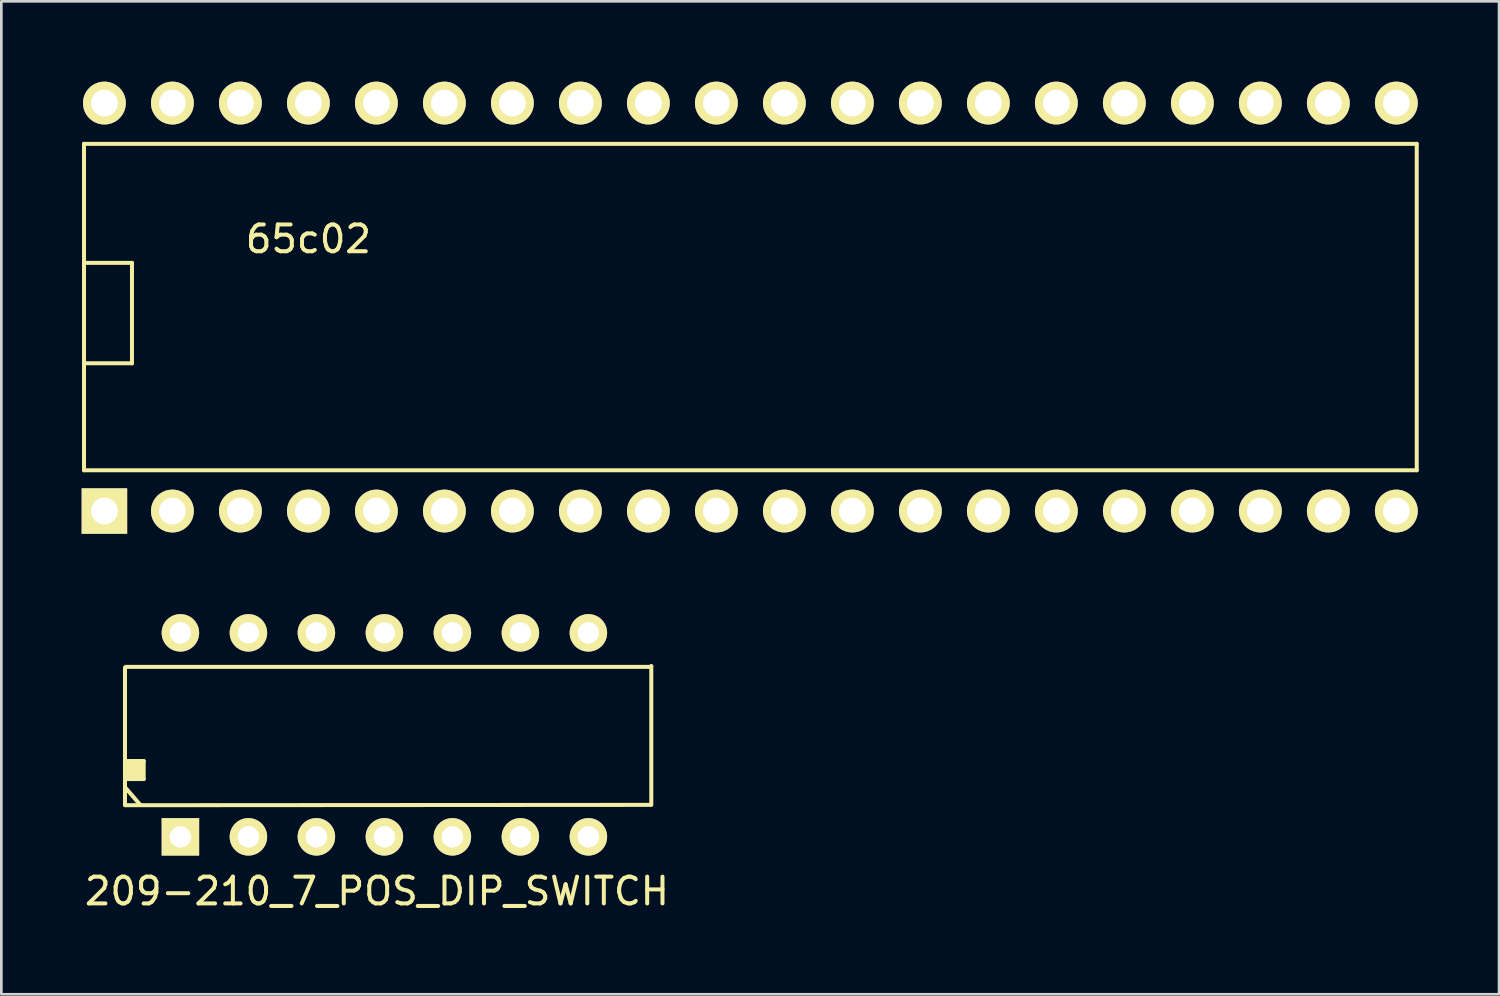
<source format=kicad_pcb>
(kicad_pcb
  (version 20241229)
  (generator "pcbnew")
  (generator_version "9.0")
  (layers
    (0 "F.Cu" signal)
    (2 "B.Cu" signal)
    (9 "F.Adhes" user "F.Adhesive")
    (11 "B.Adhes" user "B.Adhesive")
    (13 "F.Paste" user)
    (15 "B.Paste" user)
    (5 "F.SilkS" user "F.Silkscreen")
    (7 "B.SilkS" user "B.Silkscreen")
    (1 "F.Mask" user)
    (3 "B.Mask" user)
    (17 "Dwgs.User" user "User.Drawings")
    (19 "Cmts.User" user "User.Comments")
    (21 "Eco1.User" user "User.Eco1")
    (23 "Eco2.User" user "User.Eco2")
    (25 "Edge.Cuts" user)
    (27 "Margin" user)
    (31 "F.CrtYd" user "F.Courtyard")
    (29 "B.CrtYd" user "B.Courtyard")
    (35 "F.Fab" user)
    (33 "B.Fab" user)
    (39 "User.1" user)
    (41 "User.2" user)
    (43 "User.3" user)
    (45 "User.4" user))
  (footprint "65c02"
    (layer "F.Cu")
    (at 0.88 16.02)
    (property "Reference" "65c02" (at 7.59 -10.14 0) (layer "F.SilkS") (effects (font (size 1 1) (thickness 0.15))))
    (attr through_hole)
    (fp_line (start -0.792 -13.696) (end 48.992 -13.696) (stroke (width 0.15) (type solid)) (layer "F.SilkS"))
    (fp_line (start -0.792 -1.504) (end -0.792 -13.696) (stroke (width 0.15) (type solid)) (layer "F.SilkS"))
    (fp_line (start -0.75 -9.25) (end 1 -9.25) (stroke (width 0.15) (type solid)) (layer "F.SilkS"))
    (fp_line (start 1 -9.25) (end 1 -5.5) (stroke (width 0.15) (type solid)) (layer "F.SilkS"))
    (fp_line (start 1 -5.5) (end -0.75 -5.5) (stroke (width 0.15) (type solid)) (layer "F.SilkS"))
    (fp_line (start 48.992 -13.696) (end 48.992 -1.504) (stroke (width 0.15) (type solid)) (layer "F.SilkS"))
    (fp_line (start 48.992 -1.504) (end -0.792 -1.504) (stroke (width 0.15) (type solid)) (layer "F.SilkS"))
    (pad "1" thru_hole rect (at -0.03 0.02) (size 1.7 1.7) (drill 1) (layers "*.Cu" "*.Mask" "F.SilkS"))
    (pad "2" thru_hole circle (at 2.51 0.02) (size 1.6 1.6) (drill 1) (layers "*.Cu" "*.Mask" "F.SilkS"))
    (pad "3" thru_hole circle (at 5.05 0.02) (size 1.6 1.6) (drill 1) (layers "*.Cu" "*.Mask" "F.SilkS"))
    (pad "4" thru_hole circle (at 7.59 0.02) (size 1.6 1.6) (drill 1) (layers "*.Cu" "*.Mask" "F.SilkS"))
    (pad "5" thru_hole circle (at 10.13 0.02) (size 1.6 1.6) (drill 1) (layers "*.Cu" "*.Mask" "F.SilkS"))
    (pad "6" thru_hole circle (at 12.67 0.02) (size 1.6 1.6) (drill 1) (layers "*.Cu" "*.Mask" "F.SilkS"))
    (pad "7" thru_hole circle (at 15.21 0.02) (size 1.6 1.6) (drill 1) (layers "*.Cu" "*.Mask" "F.SilkS"))
    (pad "8" thru_hole circle (at 17.75 0.02) (size 1.6 1.6) (drill 1) (layers "*.Cu" "*.Mask" "F.SilkS"))
    (pad "9" thru_hole circle (at 20.29 0.02) (size 1.6 1.6) (drill 1) (layers "*.Cu" "*.Mask" "F.SilkS"))
    (pad "10" thru_hole circle (at 22.83 0.02) (size 1.6 1.6) (drill 1) (layers "*.Cu" "*.Mask" "F.SilkS"))
    (pad "11" thru_hole circle (at 25.37 0.02) (size 1.6 1.6) (drill 1) (layers "*.Cu" "*.Mask" "F.SilkS"))
    (pad "12" thru_hole circle (at 27.91 0.02) (size 1.6 1.6) (drill 1) (layers "*.Cu" "*.Mask" "F.SilkS"))
    (pad "13" thru_hole circle (at 30.45 0.02) (size 1.6 1.6) (drill 1) (layers "*.Cu" "*.Mask" "F.SilkS"))
    (pad "14" thru_hole circle (at 32.99 0.02) (size 1.6 1.6) (drill 1) (layers "*.Cu" "*.Mask" "F.SilkS"))
    (pad "15" thru_hole circle (at 35.53 0.02) (size 1.6 1.6) (drill 1) (layers "*.Cu" "*.Mask" "F.SilkS"))
    (pad "16" thru_hole circle (at 38.07 0.02) (size 1.6 1.6) (drill 1) (layers "*.Cu" "*.Mask" "F.SilkS"))
    (pad "17" thru_hole circle (at 40.61 0.02) (size 1.6 1.6) (drill 1) (layers "*.Cu" "*.Mask" "F.SilkS"))
    (pad "18" thru_hole circle (at 43.15 0.02) (size 1.6 1.6) (drill 1) (layers "*.Cu" "*.Mask" "F.SilkS"))
    (pad "19" thru_hole circle (at 45.69 0.02) (size 1.6 1.6) (drill 1) (layers "*.Cu" "*.Mask" "F.SilkS"))
    (pad "20" thru_hole circle (at 48.23 0.02) (size 1.6 1.6) (drill 1) (layers "*.Cu" "*.Mask" "F.SilkS"))
    (pad "21" thru_hole circle (at 48.23 -15.22) (size 1.6 1.6) (drill 1) (layers "*.Cu" "*.Mask" "F.SilkS"))
    (pad "22" thru_hole circle (at 45.69 -15.22) (size 1.6 1.6) (drill 1) (layers "*.Cu" "*.Mask" "F.SilkS"))
    (pad "23" thru_hole circle (at 43.15 -15.22) (size 1.6 1.6) (drill 1) (layers "*.Cu" "*.Mask" "F.SilkS"))
    (pad "24" thru_hole circle (at 40.61 -15.22) (size 1.6 1.6) (drill 1) (layers "*.Cu" "*.Mask" "F.SilkS"))
    (pad "25" thru_hole circle (at 38.07 -15.22) (size 1.6 1.6) (drill 1) (layers "*.Cu" "*.Mask" "F.SilkS"))
    (pad "26" thru_hole circle (at 35.53 -15.22) (size 1.6 1.6) (drill 1) (layers "*.Cu" "*.Mask" "F.SilkS"))
    (pad "27" thru_hole circle (at 32.99 -15.22) (size 1.6 1.6) (drill 1) (layers "*.Cu" "*.Mask" "F.SilkS"))
    (pad "28" thru_hole circle (at 30.45 -15.22) (size 1.6 1.6) (drill 1) (layers "*.Cu" "*.Mask" "F.SilkS"))
    (pad "29" thru_hole circle (at 27.91 -15.22) (size 1.6 1.6) (drill 1) (layers "*.Cu" "*.Mask" "F.SilkS"))
    (pad "30" thru_hole circle (at 25.37 -15.22) (size 1.6 1.6) (drill 1) (layers "*.Cu" "*.Mask" "F.SilkS"))
    (pad "31" thru_hole circle (at 22.83 -15.22) (size 1.6 1.6) (drill 1) (layers "*.Cu" "*.Mask" "F.SilkS"))
    (pad "32" thru_hole circle (at 20.29 -15.22) (size 1.6 1.6) (drill 1) (layers "*.Cu" "*.Mask" "F.SilkS"))
    (pad "33" thru_hole circle (at 17.75 -15.22) (size 1.6 1.6) (drill 1) (layers "*.Cu" "*.Mask" "F.SilkS"))
    (pad "34" thru_hole circle (at 15.21 -15.22) (size 1.6 1.6) (drill 1) (layers "*.Cu" "*.Mask" "F.SilkS"))
    (pad "35" thru_hole circle (at 12.67 -15.22) (size 1.6 1.6) (drill 1) (layers "*.Cu" "*.Mask" "F.SilkS"))
    (pad "36" thru_hole circle (at 10.13 -15.22) (size 1.6 1.6) (drill 1) (layers "*.Cu" "*.Mask" "F.SilkS"))
    (pad "37" thru_hole circle (at 7.59 -15.22) (size 1.6 1.6) (drill 1) (layers "*.Cu" "*.Mask" "F.SilkS"))
    (pad "38" thru_hole circle (at 5.05 -15.22) (size 1.6 1.6) (drill 1) (layers "*.Cu" "*.Mask" "F.SilkS"))
    (pad "39" thru_hole circle (at 2.51 -15.22) (size 1.6 1.6) (drill 1) (layers "*.Cu" "*.Mask" "F.SilkS"))
    (pad "40" thru_hole circle (at -0.03 -15.22) (size 1.6 1.6) (drill 1) (layers "*.Cu" "*.Mask" "F.SilkS")))
  (footprint "209-210_7_POS_DIP_SWITCH"
    (layer "F.Cu")
    (at 3.689 28.21)
    (property "Reference" "209-210_7_POS_DIP_SWITCH" (at 7.341 2.032 0) (layer "F.SilkS") (effects (font (size 1 1) (thickness 0.15))))
    (attr through_hole)
    (fp_line (start -2.07 -1.181) (end -2.07 -6.325) (stroke (width 0.15) (type solid)) (layer "F.SilkS"))
    (fp_line (start -2.045 -2.159) (end -1.372 -2.159) (stroke (width 0.15) (type solid)) (layer "F.SilkS"))
    (fp_line (start -2.032 -6.35) (end 17.526 -6.35) (stroke (width 0.15) (type solid)) (layer "F.SilkS"))
    (fp_line (start -1.981 -2.324) (end -1.93 -2.324) (stroke (width 0.15) (type solid)) (layer "F.SilkS"))
    (fp_line (start -1.93 -2.718) (end -1.93 -2.299) (stroke (width 0.15) (type solid)) (layer "F.SilkS"))
    (fp_line (start -1.93 -2.299) (end -1.981 -2.324) (stroke (width 0.15) (type solid)) (layer "F.SilkS"))
    (fp_line (start -1.816 -2.718) (end -1.816 -2.273) (stroke (width 0.15) (type solid)) (layer "F.SilkS"))
    (fp_line (start -1.816 -2.273) (end -1.93 -2.718) (stroke (width 0.15) (type solid)) (layer "F.SilkS"))
    (fp_line (start -1.702 -2.718) (end -1.702 -2.299) (stroke (width 0.15) (type solid)) (layer "F.SilkS"))
    (fp_line (start -1.702 -2.299) (end -1.816 -2.718) (stroke (width 0.15) (type solid)) (layer "F.SilkS"))
    (fp_line (start -1.587 -2.743) (end -1.587 -2.235) (stroke (width 0.15) (type solid)) (layer "F.SilkS"))
    (fp_line (start -1.587 -2.235) (end -1.702 -2.718) (stroke (width 0.15) (type solid)) (layer "F.SilkS"))
    (fp_line (start -1.511 -1.206) (end -2.07 -1.854) (stroke (width 0.15) (type solid)) (layer "F.SilkS"))
    (fp_line (start -1.486 -2.794) (end -1.486 -2.273) (stroke (width 0.15) (type solid)) (layer "F.SilkS"))
    (fp_line (start -1.486 -2.273) (end -1.587 -2.743) (stroke (width 0.15) (type solid)) (layer "F.SilkS"))
    (fp_line (start -1.372 -2.832) (end -2.07 -2.832) (stroke (width 0.15) (type solid)) (layer "F.SilkS"))
    (fp_line (start -1.372 -2.159) (end -1.372 -2.832) (stroke (width 0.15) (type solid)) (layer "F.SilkS"))
    (fp_line (start 17.551 -1.194) (end -2.045 -1.181) (stroke (width 0.15) (type solid)) (layer "F.SilkS"))
    (fp_line (start 17.59 -6.375) (end 17.564 -6.35) (stroke (width 0.15) (type solid)) (layer "F.SilkS"))
    (fp_line (start 17.59 -1.194) (end 17.59 -6.375) (stroke (width 0.15) (type solid)) (layer "F.SilkS"))
    (pad "1" thru_hole rect (at 0 0) (size 1.4 1.4) (drill 0.8) (layers "*.Cu" "*.Mask" "F.SilkS"))
    (pad "2" thru_hole circle (at 2.54 0) (size 1.4 1.4) (drill 0.8) (layers "*.Cu" "*.Mask" "F.SilkS"))
    (pad "3" thru_hole circle (at 5.08 0) (size 1.4 1.4) (drill 0.8) (layers "*.Cu" "*.Mask" "F.SilkS"))
    (pad "4" thru_hole circle (at 7.62 0) (size 1.4 1.4) (drill 0.8) (layers "*.Cu" "*.Mask" "F.SilkS"))
    (pad "5" thru_hole circle (at 10.16 0) (size 1.4 1.4) (drill 0.8) (layers "*.Cu" "*.Mask" "F.SilkS"))
    (pad "6" thru_hole circle (at 12.7 0) (size 1.4 1.4) (drill 0.8) (layers "*.Cu" "*.Mask" "F.SilkS"))
    (pad "7" thru_hole circle (at 15.24 0) (size 1.4 1.4) (drill 0.8) (layers "*.Cu" "*.Mask" "F.SilkS"))
    (pad "8" thru_hole circle (at 15.24 -7.62) (size 1.4 1.4) (drill 0.8) (layers "*.Cu" "*.Mask" "F.SilkS"))
    (pad "9" thru_hole circle (at 12.7 -7.62) (size 1.4 1.4) (drill 0.8) (layers "*.Cu" "*.Mask" "F.SilkS"))
    (pad "10" thru_hole circle (at 10.16 -7.62) (size 1.4 1.4) (drill 0.8) (layers "*.Cu" "*.Mask" "F.SilkS"))
    (pad "11" thru_hole circle (at 7.62 -7.62) (size 1.4 1.4) (drill 0.8) (layers "*.Cu" "*.Mask" "F.SilkS"))
    (pad "12" thru_hole circle (at 5.08 -7.62) (size 1.4 1.4) (drill 0.8) (layers "*.Cu" "*.Mask" "F.SilkS"))
    (pad "13" thru_hole circle (at 2.54 -7.62) (size 1.4 1.4) (drill 0.8) (layers "*.Cu" "*.Mask" "F.SilkS"))
    (pad "14" thru_hole circle (at 0 -7.62) (size 1.4 1.4) (drill 0.8) (layers "*.Cu" "*.Mask" "F.SilkS")))
  (gr_rect
    (start -3 -3)
    (end 52.947 34.09)
    (stroke (width 0.1) (type default))
    (fill no)
    (layer "Edge.Cuts")))
</source>
